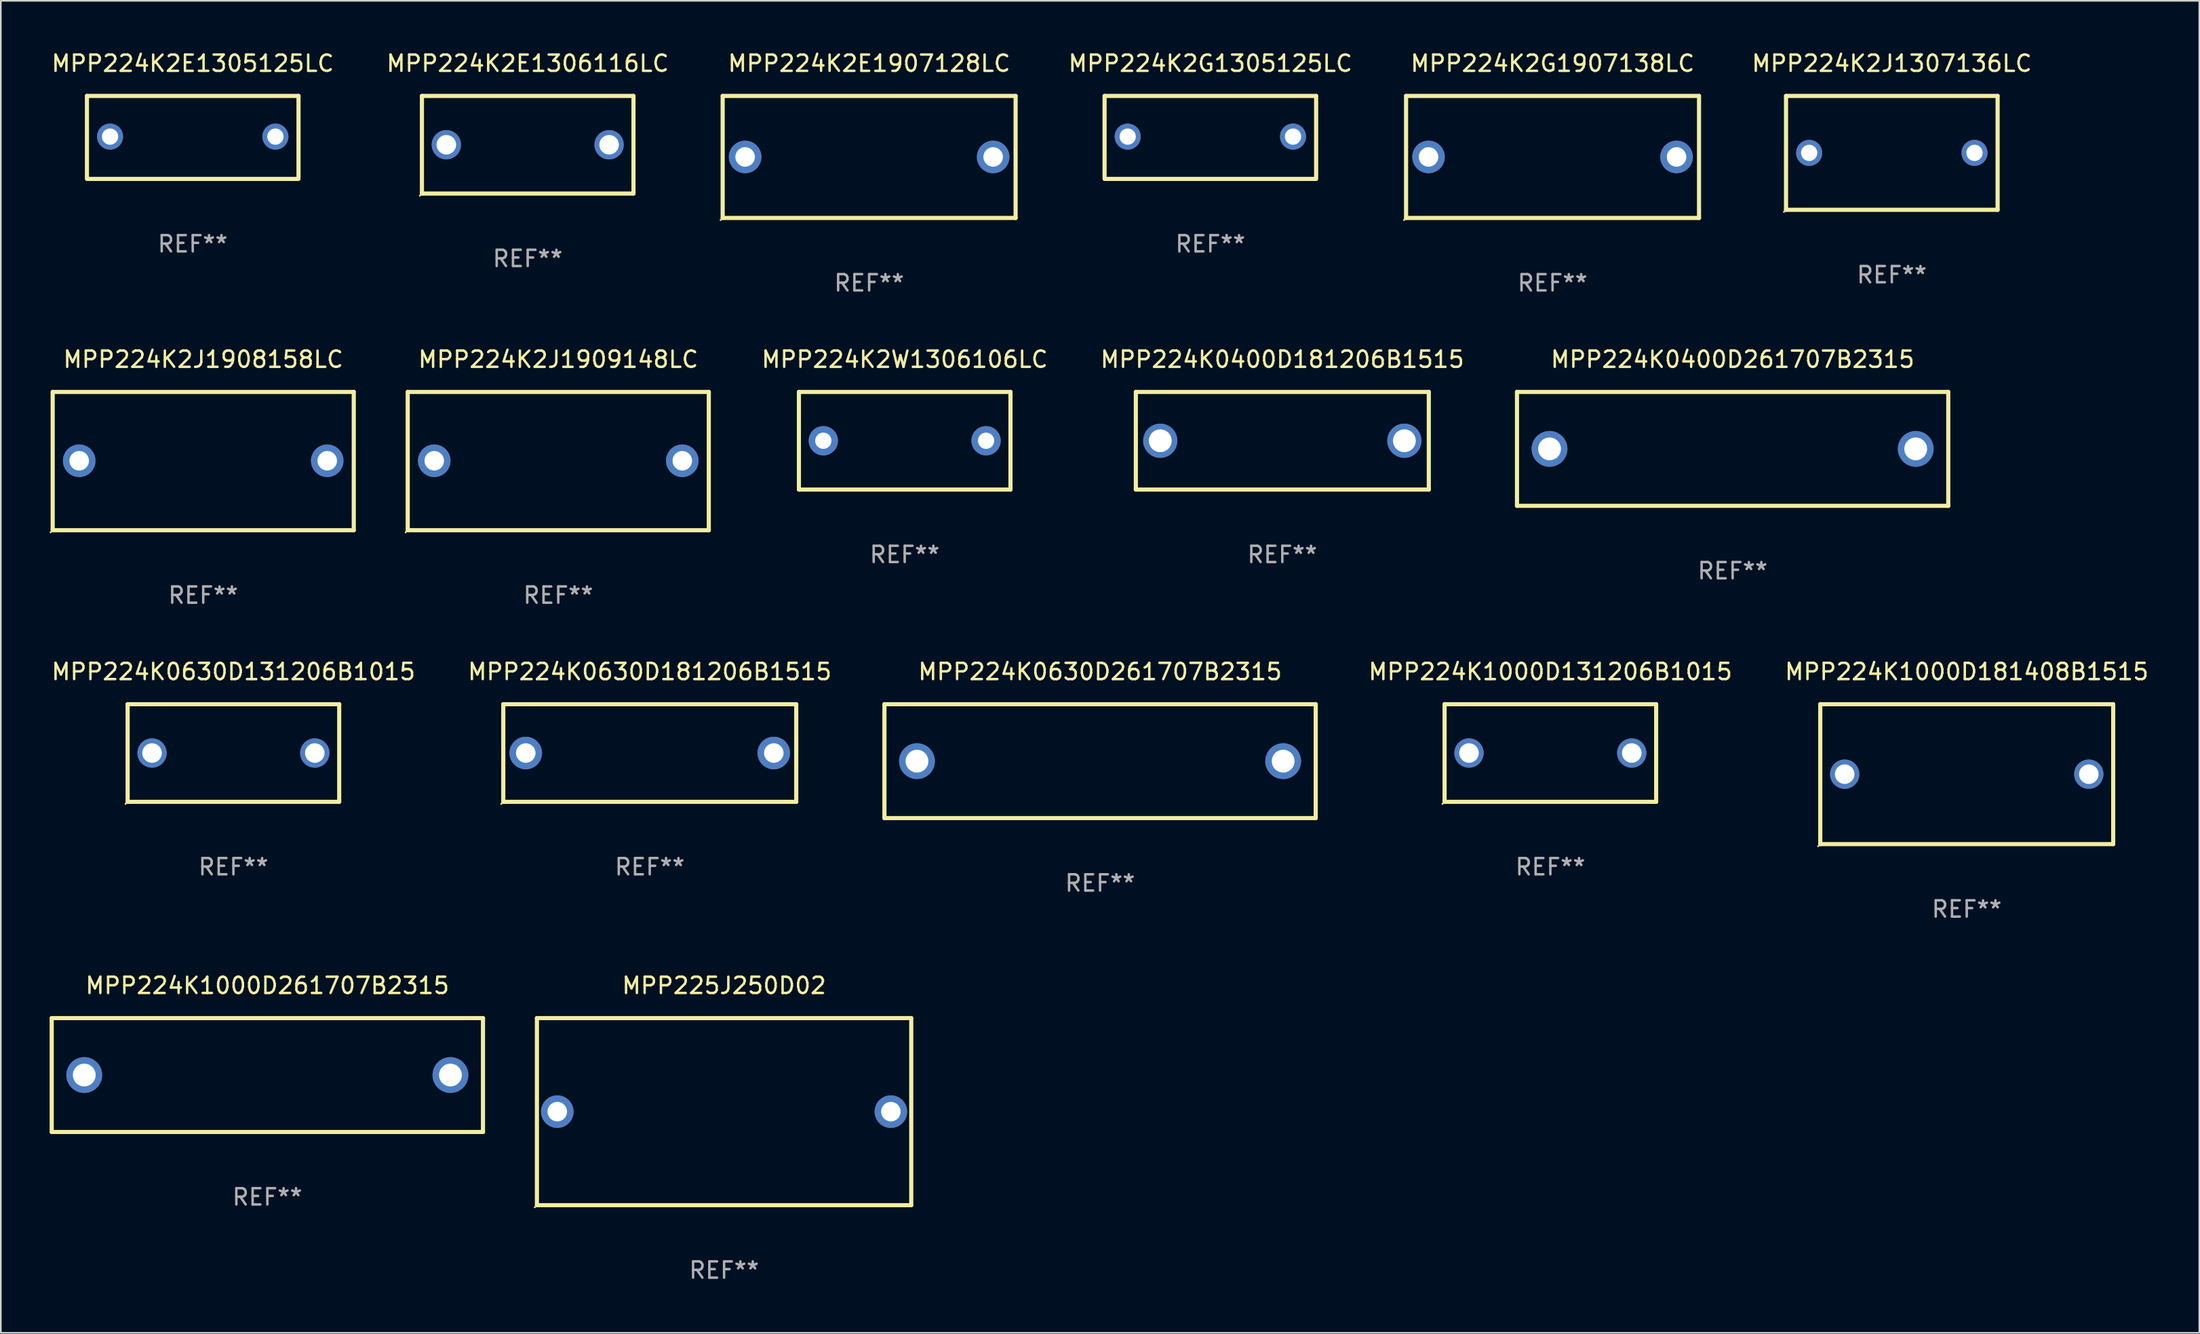
<source format=kicad_pcb>
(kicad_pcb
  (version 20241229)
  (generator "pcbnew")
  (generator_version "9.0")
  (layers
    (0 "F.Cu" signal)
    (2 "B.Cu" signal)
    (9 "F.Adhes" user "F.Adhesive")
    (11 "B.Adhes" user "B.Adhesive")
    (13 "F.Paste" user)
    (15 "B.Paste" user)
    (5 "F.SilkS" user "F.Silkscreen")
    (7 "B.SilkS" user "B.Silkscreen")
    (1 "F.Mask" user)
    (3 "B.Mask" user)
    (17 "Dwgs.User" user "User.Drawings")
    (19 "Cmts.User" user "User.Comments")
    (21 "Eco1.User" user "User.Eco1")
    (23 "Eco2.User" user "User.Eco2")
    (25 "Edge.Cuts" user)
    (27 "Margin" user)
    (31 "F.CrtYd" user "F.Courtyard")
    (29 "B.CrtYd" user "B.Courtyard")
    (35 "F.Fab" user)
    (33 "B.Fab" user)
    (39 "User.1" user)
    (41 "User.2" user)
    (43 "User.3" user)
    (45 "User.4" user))
  (footprint "MPP224K2G1305125LC"
    (layer "F.Cu")
    (at 71.32 5.398)
    (property "Reference" "MPP224K2G1305125LC" (at 0 -4.55 0) (layer "F.SilkS") (effects (font (size 1 1) (thickness 0.15))))
    (attr through_hole)
    (fp_line (start -6.5 -2.55) (end 6.5 -2.55) (stroke (width 0.254) (type solid)) (layer "F.SilkS"))
    (fp_line (start -6.5 2.45) (end -6.5 -2.55) (stroke (width 0.254) (type solid)) (layer "F.SilkS"))
    (fp_line (start 6.5 -2.55) (end 6.5 2.45) (stroke (width 0.254) (type solid)) (layer "F.SilkS"))
    (fp_line (start 6.5 2.55) (end -6.5 2.55) (stroke (width 0.254) (type solid)) (layer "F.SilkS"))
    (fp_circle (center -6.5 2.45) (end -6.47 2.45) (stroke (width 0.06) (type solid)) (fill no) (layer "F.SilkS"))
    (fp_text user "REF**" (at 0 6.55 0) (layer "F.Fab") (effects (font (size 1 1) (thickness 0.15))))
    (pad "1" thru_hole circle (at -5.08 -0.05) (size 1.6 1.6) (drill 1) (layers "*.Cu" "*.Mask"))
    (pad "2" thru_hole circle (at 5.08 -0.05) (size 1.6 1.6) (drill 1) (layers "*.Cu" "*.Mask")))
  (footprint "MPP224K2G1907138LC"
    (layer "F.Cu")
    (at 92.346 6.598)
    (property "Reference" "MPP224K2G1907138LC" (at 0 -5.75 0) (layer "F.SilkS") (effects (font (size 1 1) (thickness 0.15))))
    (attr through_hole)
    (fp_line (start -9 -3.75) (end 9 -3.75) (stroke (width 0.254) (type solid)) (layer "F.SilkS"))
    (fp_line (start -9 3.75) (end -9 -3.75) (stroke (width 0.254) (type solid)) (layer "F.SilkS"))
    (fp_line (start 9 -3.75) (end 9 3.75) (stroke (width 0.254) (type solid)) (layer "F.SilkS"))
    (fp_line (start 9 3.75) (end -9 3.75) (stroke (width 0.254) (type solid)) (layer "F.SilkS"))
    (fp_circle (center -9.127 3.877) (end -9.097 3.877) (stroke (width 0.06) (type solid)) (fill no) (layer "F.SilkS"))
    (fp_text user "REF**" (at 0 7.75 0) (layer "F.Fab") (effects (font (size 1 1) (thickness 0.15))))
    (pad "1" thru_hole circle (at -7.62 0) (size 2 2) (drill 1.2) (layers "*.Cu" "*.Mask"))
    (pad "2" thru_hole circle (at 7.62 0) (size 2 2) (drill 1.2) (layers "*.Cu" "*.Mask")))
  (footprint "MPP224K2E1907128LC"
    (layer "F.Cu")
    (at 50.354 6.598)
    (property "Reference" "MPP224K2E1907128LC" (at 0 -5.75 0) (layer "F.SilkS") (effects (font (size 1 1) (thickness 0.15))))
    (attr through_hole)
    (fp_line (start -9 -3.75) (end 9 -3.75) (stroke (width 0.254) (type solid)) (layer "F.SilkS"))
    (fp_line (start -9 3.75) (end -9 -3.75) (stroke (width 0.254) (type solid)) (layer "F.SilkS"))
    (fp_line (start 9 -3.75) (end 9 3.75) (stroke (width 0.254) (type solid)) (layer "F.SilkS"))
    (fp_line (start 9 3.75) (end -9 3.75) (stroke (width 0.254) (type solid)) (layer "F.SilkS"))
    (fp_circle (center -9.127 3.877) (end -9.097 3.877) (stroke (width 0.06) (type solid)) (fill no) (layer "F.SilkS"))
    (fp_text user "REF**" (at 0 7.75 0) (layer "F.Fab") (effects (font (size 1 1) (thickness 0.15))))
    (pad "1" thru_hole circle (at -7.62 0) (size 2 2) (drill 1.2) (layers "*.Cu" "*.Mask"))
    (pad "2" thru_hole circle (at 7.62 0) (size 2 2) (drill 1.2) (layers "*.Cu" "*.Mask")))
  (footprint "MPP224K2J1909148LC"
    (layer "F.Cu")
    (at 31.252 25.295)
    (property "Reference" "MPP224K2J1909148LC" (at 0 -6.25 0) (layer "F.SilkS") (effects (font (size 1 1) (thickness 0.15))))
    (attr through_hole)
    (fp_line (start -9.25 -4.25) (end 9.25 -4.25) (stroke (width 0.254) (type solid)) (layer "F.SilkS"))
    (fp_line (start -9.25 4.25) (end -9.25 -4.25) (stroke (width 0.254) (type solid)) (layer "F.SilkS"))
    (fp_line (start 9.25 -4.25) (end 9.25 4.25) (stroke (width 0.254) (type solid)) (layer "F.SilkS"))
    (fp_line (start 9.25 4.25) (end -9.25 4.25) (stroke (width 0.254) (type solid)) (layer "F.SilkS"))
    (fp_circle (center -9.377 4.377) (end -9.347 4.377) (stroke (width 0.06) (type solid)) (fill no) (layer "F.SilkS"))
    (fp_text user "REF**" (at 0 8.25 0) (layer "F.Fab") (effects (font (size 1 1) (thickness 0.15))))
    (pad "1" thru_hole circle (at -7.62 -0.02) (size 2 2) (drill 1.2) (layers "*.Cu" "*.Mask"))
    (pad "2" thru_hole circle (at 7.62 -0.02) (size 2 2) (drill 1.2) (layers "*.Cu" "*.Mask")))
  (footprint "MPP224K2E1305125LC"
    (layer "F.Cu")
    (at 8.792 5.398)
    (property "Reference" "MPP224K2E1305125LC" (at 0 -4.55 0) (layer "F.SilkS") (effects (font (size 1 1) (thickness 0.15))))
    (attr through_hole)
    (fp_line (start -6.5 -2.55) (end 6.5 -2.55) (stroke (width 0.254) (type solid)) (layer "F.SilkS"))
    (fp_line (start -6.5 2.45) (end -6.5 -2.55) (stroke (width 0.254) (type solid)) (layer "F.SilkS"))
    (fp_line (start 6.5 -2.55) (end 6.5 2.45) (stroke (width 0.254) (type solid)) (layer "F.SilkS"))
    (fp_line (start 6.5 2.55) (end -6.5 2.55) (stroke (width 0.254) (type solid)) (layer "F.SilkS"))
    (fp_circle (center -6.5 2.45) (end -6.47 2.45) (stroke (width 0.06) (type solid)) (fill no) (layer "F.SilkS"))
    (fp_text user "REF**" (at 0 6.55 0) (layer "F.Fab") (effects (font (size 1 1) (thickness 0.15))))
    (pad "1" thru_hole circle (at -5.08 -0.05) (size 1.6 1.6) (drill 1) (layers "*.Cu" "*.Mask"))
    (pad "2" thru_hole circle (at 5.08 -0.05) (size 1.6 1.6) (drill 1) (layers "*.Cu" "*.Mask")))
  (footprint "MPP225J250D02"
    (layer "F.Cu")
    (at 41.441 65.288)
    (property "Reference" "MPP225J250D02" (at 0 -7.75 0) (layer "F.SilkS") (effects (font (size 1 1) (thickness 0.15))))
    (attr through_hole)
    (fp_line (start -11.5 -5.75) (end 11.5 -5.75) (stroke (width 0.254) (type solid)) (layer "F.SilkS"))
    (fp_line (start -11.5 5.75) (end -11.5 -5.75) (stroke (width 0.254) (type solid)) (layer "F.SilkS"))
    (fp_line (start 11.5 -5.75) (end 11.5 5.75) (stroke (width 0.254) (type solid)) (layer "F.SilkS"))
    (fp_line (start 11.5 5.75) (end -11.5 5.75) (stroke (width 0.254) (type solid)) (layer "F.SilkS"))
    (fp_circle (center -11.627 5.877) (end -11.597 5.877) (stroke (width 0.06) (type solid)) (fill no) (layer "F.SilkS"))
    (fp_text user "REF**" (at 0 9.75 0) (layer "F.Fab") (effects (font (size 1 1) (thickness 0.15))))
    (pad "1" thru_hole circle (at -10.249 0) (size 2 2) (drill 1.2) (layers "*.Cu" "*.Mask"))
    (pad "2" thru_hole circle (at 10.249 0) (size 2 2) (drill 1.2) (layers "*.Cu" "*.Mask")))
  (footprint "MPP224K0630D261707B2315"
    (layer "F.Cu")
    (at 64.544 43.742)
    (property "Reference" "MPP224K0630D261707B2315" (at 0 -5.5 0) (layer "F.SilkS") (effects (font (size 1 1) (thickness 0.15))))
    (attr through_hole)
    (fp_line (start -13.25 -3.5) (end -13.25 3.5) (stroke (width 0.254) (type solid)) (layer "F.SilkS"))
    (fp_line (start -13.25 -3.5) (end 13.25 -3.5) (stroke (width 0.254) (type solid)) (layer "F.SilkS"))
    (fp_line (start 13.25 -3.5) (end 13.25 3.5) (stroke (width 0.254) (type solid)) (layer "F.SilkS"))
    (fp_line (start 13.25 3.5) (end -13.25 3.5) (stroke (width 0.254) (type solid)) (layer "F.SilkS"))
    (fp_circle (center -13.15 3.5) (end -13.12 3.5) (stroke (width 0.06) (type solid)) (fill no) (layer "F.SilkS"))
    (fp_text user "REF**" (at 0 7.5 0) (layer "F.Fab") (effects (font (size 1 1) (thickness 0.15))))
    (pad "1" thru_hole circle (at -11.25 0) (size 2.2 2.2) (drill 1.4) (layers "*.Cu" "*.Mask"))
    (pad "2" thru_hole circle (at 11.25 0) (size 2.2 2.2) (drill 1.4) (layers "*.Cu" "*.Mask")))
  (footprint "MPP224K0630D181206B1515"
    (layer "F.Cu")
    (at 36.875 43.242)
    (property "Reference" "MPP224K0630D181206B1515" (at 0 -5 0) (layer "F.SilkS") (effects (font (size 1 1) (thickness 0.15))))
    (attr through_hole)
    (fp_line (start -9 -3) (end 9 -3) (stroke (width 0.254) (type solid)) (layer "F.SilkS"))
    (fp_line (start -9 3) (end -9 -3) (stroke (width 0.254) (type solid)) (layer "F.SilkS"))
    (fp_line (start 9 -3) (end 9 3) (stroke (width 0.254) (type solid)) (layer "F.SilkS"))
    (fp_line (start 9 3) (end -9 3) (stroke (width 0.254) (type solid)) (layer "F.SilkS"))
    (fp_circle (center -9.127 3.127) (end -9.097 3.127) (stroke (width 0.06) (type solid)) (fill no) (layer "F.SilkS"))
    (fp_text user "REF**" (at 0 7 0) (layer "F.Fab") (effects (font (size 1 1) (thickness 0.15))))
    (pad "1" thru_hole circle (at -7.62 0) (size 2 2) (drill 1.2) (layers "*.Cu" "*.Mask"))
    (pad "2" thru_hole circle (at 7.62 0) (size 2 2) (drill 1.2) (layers "*.Cu" "*.Mask")))
  (footprint "MPP224K1000D181408B1515"
    (layer "F.Cu")
    (at 117.796 44.542)
    (property "Reference" "MPP224K1000D181408B1515" (at 0 -6.3 0) (layer "F.SilkS") (effects (font (size 1 1) (thickness 0.15))))
    (attr through_hole)
    (fp_line (start -9 -4.3) (end 9 -4.3) (stroke (width 0.254) (type solid)) (layer "F.SilkS"))
    (fp_line (start -9 4.3) (end -9 -4.3) (stroke (width 0.254) (type solid)) (layer "F.SilkS"))
    (fp_line (start 9 -4.3) (end 9 4.3) (stroke (width 0.254) (type solid)) (layer "F.SilkS"))
    (fp_line (start 9 4.3) (end -9 4.3) (stroke (width 0.254) (type solid)) (layer "F.SilkS"))
    (fp_circle (center -9.127 4.427) (end -9.097 4.427) (stroke (width 0.06) (type solid)) (fill no) (layer "F.SilkS"))
    (fp_text user "REF**" (at 0 8.3 0) (layer "F.Fab") (effects (font (size 1 1) (thickness 0.15))))
    (pad "1" thru_hole circle (at -7.5 0) (size 1.8 1.8) (drill 1.2) (layers "*.Cu" "*.Mask"))
    (pad "2" thru_hole circle (at 7.5 0) (size 1.8 1.8) (drill 1.2) (layers "*.Cu" "*.Mask")))
  (footprint "MPP224K0400D181206B1515"
    (layer "F.Cu")
    (at 75.742 24.045)
    (property "Reference" "MPP224K0400D181206B1515" (at 0 -5 0) (layer "F.SilkS") (effects (font (size 1 1) (thickness 0.15))))
    (attr through_hole)
    (fp_line (start -9 -3) (end 9 -3) (stroke (width 0.254) (type solid)) (layer "F.SilkS"))
    (fp_line (start -9 3) (end -9 -3) (stroke (width 0.254) (type solid)) (layer "F.SilkS"))
    (fp_line (start 9 -3) (end 9 3) (stroke (width 0.254) (type solid)) (layer "F.SilkS"))
    (fp_line (start 9 3) (end -9 3) (stroke (width 0.254) (type solid)) (layer "F.SilkS"))
    (fp_circle (center -9 3) (end -8.97 3) (stroke (width 0.06) (type solid)) (fill no) (layer "F.SilkS"))
    (fp_text user "REF**" (at 0 7 0) (layer "F.Fab") (effects (font (size 1 1) (thickness 0.15))))
    (pad "1" thru_hole circle (at -7.5 0) (size 2.1 2.1) (drill 1.4) (layers "*.Cu" "*.Mask"))
    (pad "2" thru_hole circle (at 7.5 0) (size 2.1 2.1) (drill 1.4) (layers "*.Cu" "*.Mask")))
  (footprint "MPP224K2J1908158LC"
    (layer "F.Cu")
    (at 9.437 25.295)
    (property "Reference" "MPP224K2J1908158LC" (at 0 -6.25 0) (layer "F.SilkS") (effects (font (size 1 1) (thickness 0.15))))
    (attr through_hole)
    (fp_line (start -9.25 -4.25) (end 9.25 -4.25) (stroke (width 0.254) (type solid)) (layer "F.SilkS"))
    (fp_line (start -9.25 4.25) (end -9.25 -4.25) (stroke (width 0.254) (type solid)) (layer "F.SilkS"))
    (fp_line (start 9.25 -4.25) (end 9.25 4.25) (stroke (width 0.254) (type solid)) (layer "F.SilkS"))
    (fp_line (start 9.25 4.25) (end -9.25 4.25) (stroke (width 0.254) (type solid)) (layer "F.SilkS"))
    (fp_circle (center -9.377 4.377) (end -9.347 4.377) (stroke (width 0.06) (type solid)) (fill no) (layer "F.SilkS"))
    (fp_text user "REF**" (at 0 8.25 0) (layer "F.Fab") (effects (font (size 1 1) (thickness 0.15))))
    (pad "1" thru_hole circle (at -7.62 -0.02) (size 2 2) (drill 1.2) (layers "*.Cu" "*.Mask"))
    (pad "2" thru_hole circle (at 7.62 -0.02) (size 2 2) (drill 1.2) (layers "*.Cu" "*.Mask")))
  (footprint "MPP224K1000D131206B1015"
    (layer "F.Cu")
    (at 92.212 43.242)
    (property "Reference" "MPP224K1000D131206B1015" (at 0 -5 0) (layer "F.SilkS") (effects (font (size 1 1) (thickness 0.15))))
    (attr through_hole)
    (fp_line (start -6.5 -3) (end 6.5 -3) (stroke (width 0.254) (type solid)) (layer "F.SilkS"))
    (fp_line (start -6.5 3) (end -6.5 -3) (stroke (width 0.254) (type solid)) (layer "F.SilkS"))
    (fp_line (start -6.5 3) (end 6.5 3) (stroke (width 0.254) (type solid)) (layer "F.SilkS"))
    (fp_line (start 6.5 -3) (end 6.5 3) (stroke (width 0.254) (type solid)) (layer "F.SilkS"))
    (fp_circle (center -6.627 3.127) (end -6.597 3.127) (stroke (width 0.06) (type solid)) (fill no) (layer "F.SilkS"))
    (fp_text user "REF**" (at 0 7 0) (layer "F.Fab") (effects (font (size 1 1) (thickness 0.15))))
    (pad "1" thru_hole circle (at -5 0) (size 1.8 1.8) (drill 1.2) (layers "*.Cu" "*.Mask"))
    (pad "2" thru_hole circle (at 5 0) (size 1.8 1.8) (drill 1.2) (layers "*.Cu" "*.Mask")))
  (footprint "MPP224K0630D131206B1015"
    (layer "F.Cu")
    (at 11.292 43.242)
    (property "Reference" "MPP224K0630D131206B1015" (at 0 -5 0) (layer "F.SilkS") (effects (font (size 1 1) (thickness 0.15))))
    (attr through_hole)
    (fp_line (start -6.5 -3) (end 6.5 -3) (stroke (width 0.254) (type solid)) (layer "F.SilkS"))
    (fp_line (start -6.5 3) (end -6.5 -3) (stroke (width 0.254) (type solid)) (layer "F.SilkS"))
    (fp_line (start -6.5 3) (end 6.5 3) (stroke (width 0.254) (type solid)) (layer "F.SilkS"))
    (fp_line (start 6.5 -3) (end 6.5 3) (stroke (width 0.254) (type solid)) (layer "F.SilkS"))
    (fp_circle (center -6.627 3.127) (end -6.597 3.127) (stroke (width 0.06) (type solid)) (fill no) (layer "F.SilkS"))
    (fp_text user "REF**" (at 0 7 0) (layer "F.Fab") (effects (font (size 1 1) (thickness 0.15))))
    (pad "1" thru_hole circle (at -5 0) (size 1.8 1.8) (drill 1.2) (layers "*.Cu" "*.Mask"))
    (pad "2" thru_hole circle (at 5 0) (size 1.8 1.8) (drill 1.2) (layers "*.Cu" "*.Mask")))
  (footprint "MPP224K2E1306116LC"
    (layer "F.Cu")
    (at 29.375 5.848)
    (property "Reference" "MPP224K2E1306116LC" (at 0 -5 0) (layer "F.SilkS") (effects (font (size 1 1) (thickness 0.15))))
    (attr through_hole)
    (fp_line (start -6.5 -3) (end 6.5 -3) (stroke (width 0.254) (type solid)) (layer "F.SilkS"))
    (fp_line (start -6.5 3) (end -6.5 -3) (stroke (width 0.254) (type solid)) (layer "F.SilkS"))
    (fp_line (start -6.5 3) (end 6.5 3) (stroke (width 0.254) (type solid)) (layer "F.SilkS"))
    (fp_line (start 6.5 -3) (end 6.5 3) (stroke (width 0.254) (type solid)) (layer "F.SilkS"))
    (fp_circle (center -6.627 3.127) (end -6.597 3.127) (stroke (width 0.06) (type solid)) (fill no) (layer "F.SilkS"))
    (fp_text user "REF**" (at 0 7 0) (layer "F.Fab") (effects (font (size 1 1) (thickness 0.15))))
    (pad "1" thru_hole circle (at -5 0) (size 1.8 1.8) (drill 1.2) (layers "*.Cu" "*.Mask"))
    (pad "2" thru_hole circle (at 5 0) (size 1.8 1.8) (drill 1.2) (layers "*.Cu" "*.Mask")))
  (footprint "MPP224K0400D261707B2315"
    (layer "F.Cu")
    (at 103.411 24.545)
    (property "Reference" "MPP224K0400D261707B2315" (at 0 -5.5 0) (layer "F.SilkS") (effects (font (size 1 1) (thickness 0.15))))
    (attr through_hole)
    (fp_line (start -13.25 -3.5) (end -13.25 3.5) (stroke (width 0.254) (type solid)) (layer "F.SilkS"))
    (fp_line (start -13.25 -3.5) (end 13.25 -3.5) (stroke (width 0.254) (type solid)) (layer "F.SilkS"))
    (fp_line (start 13.25 -3.5) (end 13.25 3.5) (stroke (width 0.254) (type solid)) (layer "F.SilkS"))
    (fp_line (start 13.25 3.5) (end -13.25 3.5) (stroke (width 0.254) (type solid)) (layer "F.SilkS"))
    (fp_circle (center -13.15 3.5) (end -13.12 3.5) (stroke (width 0.06) (type solid)) (fill no) (layer "F.SilkS"))
    (fp_text user "REF**" (at 0 7.5 0) (layer "F.Fab") (effects (font (size 1 1) (thickness 0.15))))
    (pad "1" thru_hole circle (at -11.25 0) (size 2.2 2.2) (drill 1.4) (layers "*.Cu" "*.Mask"))
    (pad "2" thru_hole circle (at 11.25 0) (size 2.2 2.2) (drill 1.4) (layers "*.Cu" "*.Mask")))
  (footprint "MPP224K2W1306106LC"
    (layer "F.Cu")
    (at 52.539 24.045)
    (property "Reference" "MPP224K2W1306106LC" (at 0 -5 0) (layer "F.SilkS") (effects (font (size 1 1) (thickness 0.15))))
    (attr through_hole)
    (fp_line (start -6.5 -3) (end 6.5 -3) (stroke (width 0.254) (type solid)) (layer "F.SilkS"))
    (fp_line (start -6.5 3) (end -6.5 -3) (stroke (width 0.254) (type solid)) (layer "F.SilkS"))
    (fp_line (start 6.5 -3) (end 6.5 3) (stroke (width 0.254) (type solid)) (layer "F.SilkS"))
    (fp_line (start 6.5 3) (end -6.5 3) (stroke (width 0.254) (type solid)) (layer "F.SilkS"))
    (fp_circle (center -6.5 3) (end -6.47 3) (stroke (width 0.06) (type solid)) (fill no) (layer "F.SilkS"))
    (fp_text user "REF**" (at 0 7 0) (layer "F.Fab") (effects (font (size 1 1) (thickness 0.15))))
    (pad "1" thru_hole circle (at -5 0) (size 1.8 1.8) (drill 1) (layers "*.Cu" "*.Mask"))
    (pad "2" thru_hole circle (at 5 0) (size 1.8 1.8) (drill 1) (layers "*.Cu" "*.Mask")))
  (footprint "MPP224K2J1307136LC"
    (layer "F.Cu")
    (at 113.193 6.348)
    (property "Reference" "MPP224K2J1307136LC" (at 0 -5.5 0) (layer "F.SilkS") (effects (font (size 1 1) (thickness 0.15))))
    (attr through_hole)
    (fp_line (start -6.5 -3.5) (end 6.5 -3.5) (stroke (width 0.254) (type solid)) (layer "F.SilkS"))
    (fp_line (start -6.5 3.5) (end -6.5 -3.5) (stroke (width 0.254) (type solid)) (layer "F.SilkS"))
    (fp_line (start 6.5 -3.5) (end 6.5 3.5) (stroke (width 0.254) (type solid)) (layer "F.SilkS"))
    (fp_line (start 6.5 3.5) (end -6.5 3.5) (stroke (width 0.254) (type solid)) (layer "F.SilkS"))
    (fp_circle (center -6.627 3.627) (end -6.597 3.627) (stroke (width 0.06) (type solid)) (fill no) (layer "F.SilkS"))
    (fp_text user "REF**" (at 0 7.5 0) (layer "F.Fab") (effects (font (size 1 1) (thickness 0.15))))
    (pad "1" thru_hole circle (at -5.08 -0.000127) (size 1.6 1.6) (drill 1) (layers "*.Cu" "*.Mask"))
    (pad "2" thru_hole circle (at 5.08 -0.000127) (size 1.6 1.6) (drill 1) (layers "*.Cu" "*.Mask")))
  (footprint "MPP224K1000D261707B2315"
    (layer "F.Cu")
    (at 13.377 63.038)
    (property "Reference" "MPP224K1000D261707B2315" (at 0 -5.5 0) (layer "F.SilkS") (effects (font (size 1 1) (thickness 0.15))))
    (attr through_hole)
    (fp_line (start -13.25 -3.5) (end -13.25 3.5) (stroke (width 0.254) (type solid)) (layer "F.SilkS"))
    (fp_line (start -13.25 -3.5) (end 13.25 -3.5) (stroke (width 0.254) (type solid)) (layer "F.SilkS"))
    (fp_line (start 13.25 -3.5) (end 13.25 3.5) (stroke (width 0.254) (type solid)) (layer "F.SilkS"))
    (fp_line (start 13.25 3.5) (end -13.25 3.5) (stroke (width 0.254) (type solid)) (layer "F.SilkS"))
    (fp_circle (center -13.15 3.5) (end -13.12 3.5) (stroke (width 0.06) (type solid)) (fill no) (layer "F.SilkS"))
    (fp_text user "REF**" (at 0 7.5 0) (layer "F.Fab") (effects (font (size 1 1) (thickness 0.15))))
    (pad "1" thru_hole circle (at -11.25 0) (size 2.2 2.2) (drill 1.4) (layers "*.Cu" "*.Mask"))
    (pad "2" thru_hole circle (at 11.25 0) (size 2.2 2.2) (drill 1.4) (layers "*.Cu" "*.Mask")))
  (gr_rect
    (start -3 -3)
    (end 132.087 78.886)
    (stroke (width 0.1) (type default))
    (fill no)
    (layer "Edge.Cuts")))
</source>
